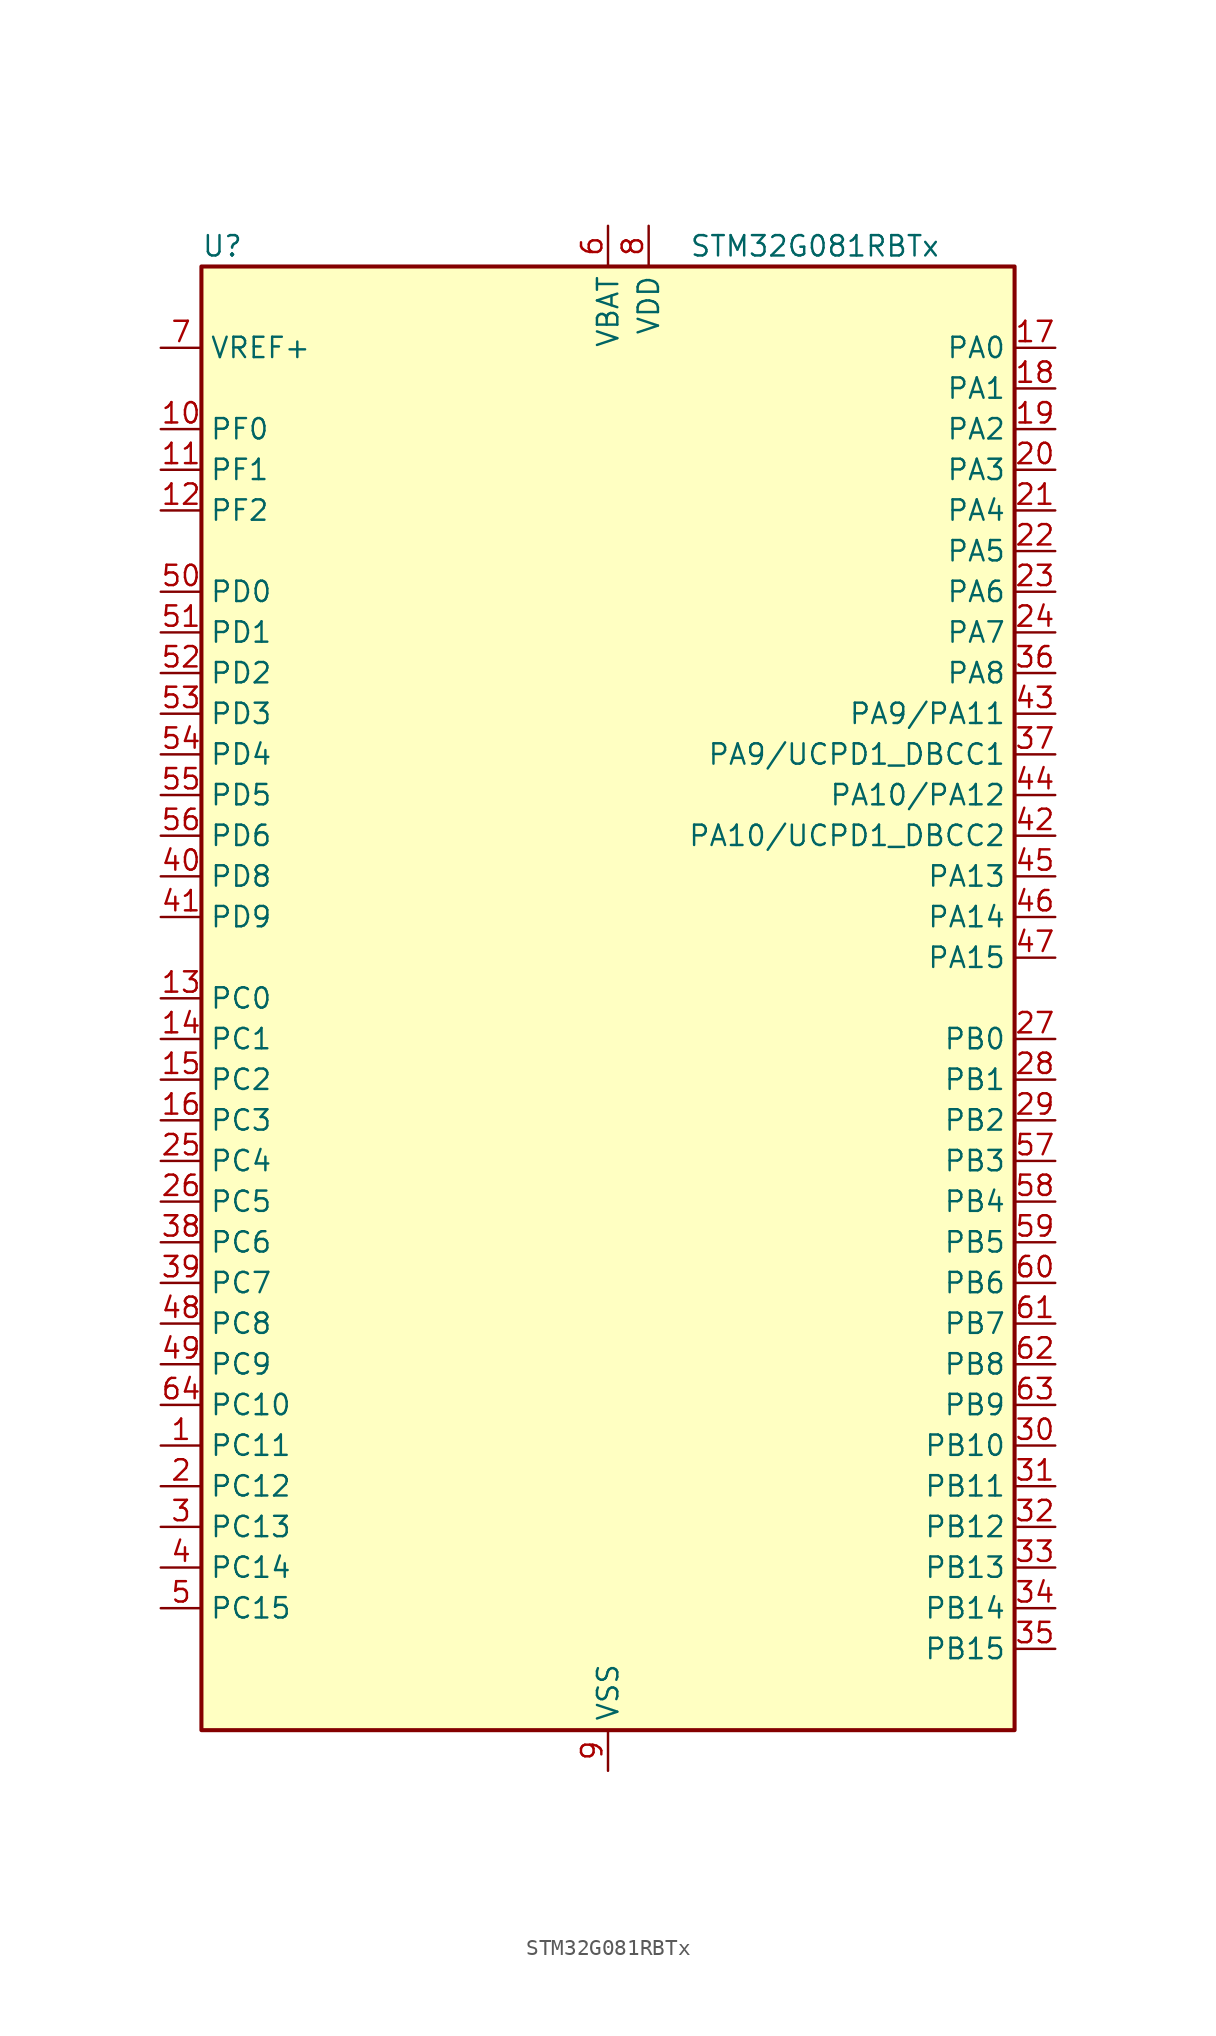
<source format=kicad_sym>
(kicad_symbol_lib
  (version 20231120)
  (generator "kicad-library-utils")
  (generator_version "8.0")
  (symbol "STM32G081RBTx"
    (property "Reference" "U"
      (at -25.4 46.99 0)
      (effects (font (size 1.27 1.27)) (justify left)))
    (property "Value" "STM32G081RBTx"
      (at 5.08 46.99 0)
      (effects (font (size 1.27 1.27)) (justify left)))
    (symbol "STM32G081RBTx_0_1"
      (rectangle (start -25.4 -45.72) (end 25.4 45.72) (stroke (width 0.254) (type default)) (fill (type background))))
    (symbol "STM32G081RBTx_1_1"
      (pin bidirectional line (at -27.94 -27.94 0) (length 2.54) (name "PC11" (effects (font (size 1.27 1.27)))) (number "1" (effects (font (size 1.27 1.27)))) (alternate "ADC1_EXTI11" bidirectional line) (alternate "TIM1_CH4" bidirectional line) (alternate "USART3_RX" bidirectional line) (alternate "USART4_RX" bidirectional line))
      (pin bidirectional line (at -27.94 35.56 0) (length 2.54) (name "PF0" (effects (font (size 1.27 1.27)))) (number "10" (effects (font (size 1.27 1.27)))) (alternate "RCC_OSC_IN" bidirectional line) (alternate "TIM14_CH1" bidirectional line))
      (pin bidirectional line (at -27.94 33.02 0) (length 2.54) (name "PF1" (effects (font (size 1.27 1.27)))) (number "11" (effects (font (size 1.27 1.27)))) (alternate "RCC_OSC_EN" bidirectional line) (alternate "RCC_OSC_OUT" bidirectional line) (alternate "TIM15_CH1N" bidirectional line))
      (pin bidirectional line (at -27.94 30.48 0) (length 2.54) (name "PF2" (effects (font (size 1.27 1.27)))) (number "12" (effects (font (size 1.27 1.27)))) (alternate "RCC_MCO" bidirectional line))
      (pin bidirectional line (at -27.94 0 0) (length 2.54) (name "PC0" (effects (font (size 1.27 1.27)))) (number "13" (effects (font (size 1.27 1.27)))) (alternate "LPTIM1_IN1" bidirectional line) (alternate "LPTIM2_IN1" bidirectional line) (alternate "LPUART1_RX" bidirectional line))
      (pin bidirectional line (at -27.94 -2.54 0) (length 2.54) (name "PC1" (effects (font (size 1.27 1.27)))) (number "14" (effects (font (size 1.27 1.27)))) (alternate "LPTIM1_OUT" bidirectional line) (alternate "LPUART1_TX" bidirectional line) (alternate "TIM15_CH1" bidirectional line))
      (pin bidirectional line (at -27.94 -5.08 0) (length 2.54) (name "PC2" (effects (font (size 1.27 1.27)))) (number "15" (effects (font (size 1.27 1.27)))) (alternate "LPTIM1_IN2" bidirectional line) (alternate "SPI2_MISO" bidirectional line) (alternate "TIM15_CH2" bidirectional line))
      (pin bidirectional line (at -27.94 -7.62 0) (length 2.54) (name "PC3" (effects (font (size 1.27 1.27)))) (number "16" (effects (font (size 1.27 1.27)))) (alternate "LPTIM1_ETR" bidirectional line) (alternate "LPTIM2_ETR" bidirectional line) (alternate "SPI2_MOSI" bidirectional line))
      (pin bidirectional line (at 27.94 40.64 180) (length 2.54) (name "PA0" (effects (font (size 1.27 1.27)))) (number "17" (effects (font (size 1.27 1.27)))) (alternate "ADC1_IN0" bidirectional line) (alternate "COMP1_INM" bidirectional line) (alternate "COMP1_OUT" bidirectional line) (alternate "LPTIM1_OUT" bidirectional line) (alternate "RTC_TAMP_IN2" bidirectional line) (alternate "SPI2_SCK" bidirectional line) (alternate "SYS_WKUP1" bidirectional line) (alternate "TIM2_CH1" bidirectional line) (alternate "TIM2_ETR" bidirectional line) (alternate "UCPD2_FRSTX1" bidirectional line) (alternate "UCPD2_FRSTX2" bidirectional line) (alternate "USART2_CTS" bidirectional line) (alternate "USART2_NSS" bidirectional line) (alternate "USART4_TX" bidirectional line))
      (pin bidirectional line (at 27.94 38.1 180) (length 2.54) (name "PA1" (effects (font (size 1.27 1.27)))) (number "18" (effects (font (size 1.27 1.27)))) (alternate "ADC1_IN1" bidirectional line) (alternate "COMP1_INP" bidirectional line) (alternate "I2C1_SMBA" bidirectional line) (alternate "I2S1_CK" bidirectional line) (alternate "SPI1_SCK" bidirectional line) (alternate "TIM15_CH1N" bidirectional line) (alternate "TIM2_CH2" bidirectional line) (alternate "USART2_CK" bidirectional line) (alternate "USART2_DE" bidirectional line) (alternate "USART2_RTS" bidirectional line) (alternate "USART4_RX" bidirectional line))
      (pin bidirectional line (at 27.94 35.56 180) (length 2.54) (name "PA2" (effects (font (size 1.27 1.27)))) (number "19" (effects (font (size 1.27 1.27)))) (alternate "ADC1_IN2" bidirectional line) (alternate "COMP2_INM" bidirectional line) (alternate "COMP2_OUT" bidirectional line) (alternate "I2S1_SD" bidirectional line) (alternate "LPUART1_TX" bidirectional line) (alternate "RCC_LSCO" bidirectional line) (alternate "SPI1_MOSI" bidirectional line) (alternate "SYS_WKUP4" bidirectional line) (alternate "TIM15_CH1" bidirectional line) (alternate "TIM2_CH3" bidirectional line) (alternate "UCPD1_FRSTX1" bidirectional line) (alternate "UCPD1_FRSTX2" bidirectional line) (alternate "USART2_TX" bidirectional line))
      (pin bidirectional line (at -27.94 -30.48 0) (length 2.54) (name "PC12" (effects (font (size 1.27 1.27)))) (number "2" (effects (font (size 1.27 1.27)))) (alternate "LPTIM1_IN1" bidirectional line) (alternate "TIM14_CH1" bidirectional line) (alternate "UCPD1_FRSTX1" bidirectional line) (alternate "UCPD1_FRSTX2" bidirectional line))
      (pin bidirectional line (at 27.94 33.02 180) (length 2.54) (name "PA3" (effects (font (size 1.27 1.27)))) (number "20" (effects (font (size 1.27 1.27)))) (alternate "ADC1_IN3" bidirectional line) (alternate "COMP2_INP" bidirectional line) (alternate "LPUART1_RX" bidirectional line) (alternate "SPI2_MISO" bidirectional line) (alternate "TIM15_CH2" bidirectional line) (alternate "TIM2_CH4" bidirectional line) (alternate "UCPD2_FRSTX1" bidirectional line) (alternate "UCPD2_FRSTX2" bidirectional line) (alternate "USART2_RX" bidirectional line))
      (pin bidirectional line (at 27.94 30.48 180) (length 2.54) (name "PA4" (effects (font (size 1.27 1.27)))) (number "21" (effects (font (size 1.27 1.27)))) (alternate "ADC1_IN4" bidirectional line) (alternate "DAC1_OUT1" bidirectional line) (alternate "I2S1_WS" bidirectional line) (alternate "LPTIM2_OUT" bidirectional line) (alternate "RTC_OUT_ALARM" bidirectional line) (alternate "RTC_OUT_CALIB" bidirectional line) (alternate "SPI1_NSS" bidirectional line) (alternate "SPI2_MOSI" bidirectional line) (alternate "TIM14_CH1" bidirectional line) (alternate "UCPD2_FRSTX1" bidirectional line) (alternate "UCPD2_FRSTX2" bidirectional line))
      (pin bidirectional line (at 27.94 27.94 180) (length 2.54) (name "PA5" (effects (font (size 1.27 1.27)))) (number "22" (effects (font (size 1.27 1.27)))) (alternate "ADC1_IN5" bidirectional line) (alternate "CEC" bidirectional line) (alternate "DAC1_OUT2" bidirectional line) (alternate "I2S1_CK" bidirectional line) (alternate "LPTIM2_ETR" bidirectional line) (alternate "SPI1_SCK" bidirectional line) (alternate "TIM2_CH1" bidirectional line) (alternate "TIM2_ETR" bidirectional line) (alternate "UCPD1_FRSTX1" bidirectional line) (alternate "UCPD1_FRSTX2" bidirectional line) (alternate "USART3_TX" bidirectional line))
      (pin bidirectional line (at 27.94 25.4 180) (length 2.54) (name "PA6" (effects (font (size 1.27 1.27)))) (number "23" (effects (font (size 1.27 1.27)))) (alternate "ADC1_IN6" bidirectional line) (alternate "COMP1_OUT" bidirectional line) (alternate "I2S1_MCK" bidirectional line) (alternate "LPUART1_CTS" bidirectional line) (alternate "SPI1_MISO" bidirectional line) (alternate "TIM16_CH1" bidirectional line) (alternate "TIM1_BK" bidirectional line) (alternate "TIM3_CH1" bidirectional line) (alternate "USART3_CTS" bidirectional line) (alternate "USART3_NSS" bidirectional line))
      (pin bidirectional line (at 27.94 22.86 180) (length 2.54) (name "PA7" (effects (font (size 1.27 1.27)))) (number "24" (effects (font (size 1.27 1.27)))) (alternate "ADC1_IN7" bidirectional line) (alternate "COMP2_OUT" bidirectional line) (alternate "I2S1_SD" bidirectional line) (alternate "SPI1_MOSI" bidirectional line) (alternate "TIM14_CH1" bidirectional line) (alternate "TIM17_CH1" bidirectional line) (alternate "TIM1_CH1N" bidirectional line) (alternate "TIM3_CH2" bidirectional line) (alternate "UCPD1_FRSTX1" bidirectional line) (alternate "UCPD1_FRSTX2" bidirectional line))
      (pin bidirectional line (at -27.94 -10.16 0) (length 2.54) (name "PC4" (effects (font (size 1.27 1.27)))) (number "25" (effects (font (size 1.27 1.27)))) (alternate "ADC1_IN17" bidirectional line) (alternate "COMP1_INM" bidirectional line) (alternate "TIM2_CH1" bidirectional line) (alternate "TIM2_ETR" bidirectional line) (alternate "USART1_TX" bidirectional line) (alternate "USART3_TX" bidirectional line))
      (pin bidirectional line (at -27.94 -12.7 0) (length 2.54) (name "PC5" (effects (font (size 1.27 1.27)))) (number "26" (effects (font (size 1.27 1.27)))) (alternate "ADC1_IN18" bidirectional line) (alternate "COMP1_INP" bidirectional line) (alternate "SYS_WKUP5" bidirectional line) (alternate "TIM2_CH2" bidirectional line) (alternate "USART1_RX" bidirectional line) (alternate "USART3_RX" bidirectional line))
      (pin bidirectional line (at 27.94 -2.54 180) (length 2.54) (name "PB0" (effects (font (size 1.27 1.27)))) (number "27" (effects (font (size 1.27 1.27)))) (alternate "ADC1_IN8" bidirectional line) (alternate "COMP1_OUT" bidirectional line) (alternate "I2S1_WS" bidirectional line) (alternate "LPTIM1_OUT" bidirectional line) (alternate "SPI1_NSS" bidirectional line) (alternate "TIM1_CH2N" bidirectional line) (alternate "TIM3_CH3" bidirectional line) (alternate "UCPD1_FRSTX1" bidirectional line) (alternate "UCPD1_FRSTX2" bidirectional line) (alternate "USART3_RX" bidirectional line))
      (pin bidirectional line (at 27.94 -5.08 180) (length 2.54) (name "PB1" (effects (font (size 1.27 1.27)))) (number "28" (effects (font (size 1.27 1.27)))) (alternate "ADC1_IN9" bidirectional line) (alternate "COMP1_INM" bidirectional line) (alternate "LPTIM2_IN1" bidirectional line) (alternate "LPUART1_DE" bidirectional line) (alternate "LPUART1_RTS" bidirectional line) (alternate "TIM14_CH1" bidirectional line) (alternate "TIM1_CH3N" bidirectional line) (alternate "TIM3_CH4" bidirectional line) (alternate "USART3_CK" bidirectional line) (alternate "USART3_DE" bidirectional line) (alternate "USART3_RTS" bidirectional line))
      (pin bidirectional line (at 27.94 -7.62 180) (length 2.54) (name "PB2" (effects (font (size 1.27 1.27)))) (number "29" (effects (font (size 1.27 1.27)))) (alternate "ADC1_IN10" bidirectional line) (alternate "COMP1_INP" bidirectional line) (alternate "LPTIM1_OUT" bidirectional line) (alternate "SPI2_MISO" bidirectional line) (alternate "USART3_TX" bidirectional line))
      (pin bidirectional line (at -27.94 -33.02 0) (length 2.54) (name "PC13" (effects (font (size 1.27 1.27)))) (number "3" (effects (font (size 1.27 1.27)))) (alternate "RTC_OUT_ALARM" bidirectional line) (alternate "RTC_OUT_CALIB" bidirectional line) (alternate "RTC_TAMP_IN1" bidirectional line) (alternate "RTC_TS" bidirectional line) (alternate "SYS_WKUP2" bidirectional line) (alternate "TIM1_BK" bidirectional line))
      (pin bidirectional line (at 27.94 -27.94 180) (length 2.54) (name "PB10" (effects (font (size 1.27 1.27)))) (number "30" (effects (font (size 1.27 1.27)))) (alternate "ADC1_IN11" bidirectional line) (alternate "CEC" bidirectional line) (alternate "COMP1_OUT" bidirectional line) (alternate "I2C2_SCL" bidirectional line) (alternate "LPUART1_RX" bidirectional line) (alternate "SPI2_SCK" bidirectional line) (alternate "TIM2_CH3" bidirectional line) (alternate "USART3_TX" bidirectional line))
      (pin bidirectional line (at 27.94 -30.48 180) (length 2.54) (name "PB11" (effects (font (size 1.27 1.27)))) (number "31" (effects (font (size 1.27 1.27)))) (alternate "ADC1_EXTI11" bidirectional line) (alternate "ADC1_IN15" bidirectional line) (alternate "COMP2_OUT" bidirectional line) (alternate "I2C2_SDA" bidirectional line) (alternate "LPUART1_TX" bidirectional line) (alternate "SPI2_MOSI" bidirectional line) (alternate "TIM2_CH4" bidirectional line) (alternate "USART3_RX" bidirectional line))
      (pin bidirectional line (at 27.94 -33.02 180) (length 2.54) (name "PB12" (effects (font (size 1.27 1.27)))) (number "32" (effects (font (size 1.27 1.27)))) (alternate "ADC1_IN16" bidirectional line) (alternate "LPUART1_DE" bidirectional line) (alternate "LPUART1_RTS" bidirectional line) (alternate "SPI2_NSS" bidirectional line) (alternate "TIM15_BK" bidirectional line) (alternate "TIM1_BK" bidirectional line) (alternate "UCPD2_FRSTX1" bidirectional line) (alternate "UCPD2_FRSTX2" bidirectional line))
      (pin bidirectional line (at 27.94 -35.56 180) (length 2.54) (name "PB13" (effects (font (size 1.27 1.27)))) (number "33" (effects (font (size 1.27 1.27)))) (alternate "I2C2_SCL" bidirectional line) (alternate "LPUART1_CTS" bidirectional line) (alternate "SPI2_SCK" bidirectional line) (alternate "TIM15_CH1N" bidirectional line) (alternate "TIM1_CH1N" bidirectional line) (alternate "USART3_CTS" bidirectional line) (alternate "USART3_NSS" bidirectional line))
      (pin bidirectional line (at 27.94 -38.1 180) (length 2.54) (name "PB14" (effects (font (size 1.27 1.27)))) (number "34" (effects (font (size 1.27 1.27)))) (alternate "I2C2_SDA" bidirectional line) (alternate "SPI2_MISO" bidirectional line) (alternate "TIM15_CH1" bidirectional line) (alternate "TIM1_CH2N" bidirectional line) (alternate "UCPD1_FRSTX1" bidirectional line) (alternate "UCPD1_FRSTX2" bidirectional line) (alternate "USART3_CK" bidirectional line) (alternate "USART3_DE" bidirectional line) (alternate "USART3_RTS" bidirectional line))
      (pin bidirectional line (at 27.94 -40.64 180) (length 2.54) (name "PB15" (effects (font (size 1.27 1.27)))) (number "35" (effects (font (size 1.27 1.27)))) (alternate "RTC_REFIN" bidirectional line) (alternate "SPI2_MOSI" bidirectional line) (alternate "TIM15_CH1N" bidirectional line) (alternate "TIM15_CH2" bidirectional line) (alternate "TIM1_CH3N" bidirectional line) (alternate "UCPD1_CC2" bidirectional line))
      (pin bidirectional line (at 27.94 20.32 180) (length 2.54) (name "PA8" (effects (font (size 1.27 1.27)))) (number "36" (effects (font (size 1.27 1.27)))) (alternate "LPTIM2_OUT" bidirectional line) (alternate "RCC_MCO" bidirectional line) (alternate "SPI2_NSS" bidirectional line) (alternate "TIM1_CH1" bidirectional line) (alternate "UCPD1_CC1" bidirectional line))
      (pin bidirectional line (at 27.94 15.24 180) (length 2.54) (name "PA9/UCPD1_DBCC1" (effects (font (size 1.27 1.27)))) (number "37" (effects (font (size 1.27 1.27)))) (alternate "PA9" bidirectional line) (alternate "DAC1_EXTI9 (PA9)" bidirectional line) (alternate "I2C1_SCL (PA9)" bidirectional line) (alternate "RCC_MCO (PA9)" bidirectional line) (alternate "SPI2_MISO (PA9)" bidirectional line) (alternate "TIM15_BK (PA9)" bidirectional line) (alternate "TIM1_CH2 (PA9)" bidirectional line) (alternate "UCPD1_DBCC1 (PA9)" bidirectional line) (alternate "USART1_TX (PA9)" bidirectional line) (alternate "UCPD1_DBCC1" bidirectional line) (alternate "UCPD1_DBCC1 (UCPD1_DBCC1)" bidirectional line))
      (pin bidirectional line (at -27.94 -15.24 0) (length 2.54) (name "PC6" (effects (font (size 1.27 1.27)))) (number "38" (effects (font (size 1.27 1.27)))) (alternate "TIM2_CH3" bidirectional line) (alternate "TIM3_CH1" bidirectional line) (alternate "UCPD1_FRSTX1" bidirectional line) (alternate "UCPD1_FRSTX2" bidirectional line))
      (pin bidirectional line (at -27.94 -17.78 0) (length 2.54) (name "PC7" (effects (font (size 1.27 1.27)))) (number "39" (effects (font (size 1.27 1.27)))) (alternate "TIM2_CH4" bidirectional line) (alternate "TIM3_CH2" bidirectional line) (alternate "UCPD2_FRSTX1" bidirectional line) (alternate "UCPD2_FRSTX2" bidirectional line))
      (pin bidirectional line (at -27.94 -35.56 0) (length 2.54) (name "PC14" (effects (font (size 1.27 1.27)))) (number "4" (effects (font (size 1.27 1.27)))) (alternate "RCC_OSC32_IN" bidirectional line) (alternate "TIM1_BK2" bidirectional line))
      (pin bidirectional line (at -27.94 7.62 0) (length 2.54) (name "PD8" (effects (font (size 1.27 1.27)))) (number "40" (effects (font (size 1.27 1.27)))) (alternate "I2S1_CK" bidirectional line) (alternate "LPTIM1_OUT" bidirectional line) (alternate "SPI1_SCK" bidirectional line) (alternate "USART3_TX" bidirectional line))
      (pin bidirectional line (at -27.94 5.08 0) (length 2.54) (name "PD9" (effects (font (size 1.27 1.27)))) (number "41" (effects (font (size 1.27 1.27)))) (alternate "DAC1_EXTI9" bidirectional line) (alternate "I2S1_WS" bidirectional line) (alternate "SPI1_NSS" bidirectional line) (alternate "TIM1_BK2" bidirectional line) (alternate "USART3_RX" bidirectional line))
      (pin bidirectional line (at 27.94 10.16 180) (length 2.54) (name "PA10/UCPD1_DBCC2" (effects (font (size 1.27 1.27)))) (number "42" (effects (font (size 1.27 1.27)))) (alternate "PA10" bidirectional line) (alternate "I2C1_SDA (PA10)" bidirectional line) (alternate "SPI2_MOSI (PA10)" bidirectional line) (alternate "TIM17_BK (PA10)" bidirectional line) (alternate "TIM1_CH3 (PA10)" bidirectional line) (alternate "UCPD1_DBCC2 (PA10)" bidirectional line) (alternate "USART1_RX (PA10)" bidirectional line) (alternate "UCPD1_DBCC2" bidirectional line) (alternate "UCPD1_DBCC2 (UCPD1_DBCC2)" bidirectional line))
      (pin bidirectional line (at 27.94 17.78 180) (length 2.54) (name "PA9/PA11" (effects (font (size 1.27 1.27)))) (number "43" (effects (font (size 1.27 1.27)))) (alternate "PA9" bidirectional line) (alternate "DAC1_EXTI9 (PA9)" bidirectional line) (alternate "I2C1_SCL (PA9)" bidirectional line) (alternate "RCC_MCO (PA9)" bidirectional line) (alternate "SPI2_MISO (PA9)" bidirectional line) (alternate "TIM15_BK (PA9)" bidirectional line) (alternate "TIM1_CH2 (PA9)" bidirectional line) (alternate "USART1_TX (PA9)" bidirectional line) (alternate "PA11" bidirectional line) (alternate "ADC1_EXTI11 (PA11)" bidirectional line) (alternate "COMP1_OUT (PA11)" bidirectional line) (alternate "I2C2_SCL (PA11)" bidirectional line) (alternate "I2S1_MCK (PA11)" bidirectional line) (alternate "SPI1_MISO (PA11)" bidirectional line) (alternate "TIM1_BK2 (PA11)" bidirectional line) (alternate "TIM1_CH4 (PA11)" bidirectional line) (alternate "USART1_CTS (PA11)" bidirectional line) (alternate "USART1_NSS (PA11)" bidirectional line))
      (pin bidirectional line (at 27.94 12.7 180) (length 2.54) (name "PA10/PA12" (effects (font (size 1.27 1.27)))) (number "44" (effects (font (size 1.27 1.27)))) (alternate "PA10" bidirectional line) (alternate "I2C1_SDA (PA10)" bidirectional line) (alternate "SPI2_MOSI (PA10)" bidirectional line) (alternate "TIM17_BK (PA10)" bidirectional line) (alternate "TIM1_CH3 (PA10)" bidirectional line) (alternate "USART1_RX (PA10)" bidirectional line) (alternate "PA12" bidirectional line) (alternate "COMP2_OUT (PA12)" bidirectional line) (alternate "I2C2_SDA (PA12)" bidirectional line) (alternate "I2S1_SD (PA12)" bidirectional line) (alternate "I2S_CKIN (PA12)" bidirectional line) (alternate "SPI1_MOSI (PA12)" bidirectional line) (alternate "TIM1_ETR (PA12)" bidirectional line) (alternate "USART1_CK (PA12)" bidirectional line) (alternate "USART1_DE (PA12)" bidirectional line) (alternate "USART1_RTS (PA12)" bidirectional line))
      (pin bidirectional line (at 27.94 7.62 180) (length 2.54) (name "PA13" (effects (font (size 1.27 1.27)))) (number "45" (effects (font (size 1.27 1.27)))) (alternate "IR_OUT" bidirectional line) (alternate "SYS_SWDIO" bidirectional line))
      (pin bidirectional line (at 27.94 5.08 180) (length 2.54) (name "PA14" (effects (font (size 1.27 1.27)))) (number "46" (effects (font (size 1.27 1.27)))) (alternate "SYS_SWCLK" bidirectional line) (alternate "USART2_TX" bidirectional line))
      (pin bidirectional line (at 27.94 2.54 180) (length 2.54) (name "PA15" (effects (font (size 1.27 1.27)))) (number "47" (effects (font (size 1.27 1.27)))) (alternate "I2S1_WS" bidirectional line) (alternate "SPI1_NSS" bidirectional line) (alternate "TIM2_CH1" bidirectional line) (alternate "TIM2_ETR" bidirectional line) (alternate "USART2_RX" bidirectional line) (alternate "USART3_CK" bidirectional line) (alternate "USART3_DE" bidirectional line) (alternate "USART3_RTS" bidirectional line) (alternate "USART4_CK" bidirectional line) (alternate "USART4_DE" bidirectional line) (alternate "USART4_RTS" bidirectional line))
      (pin bidirectional line (at -27.94 -20.32 0) (length 2.54) (name "PC8" (effects (font (size 1.27 1.27)))) (number "48" (effects (font (size 1.27 1.27)))) (alternate "TIM1_CH1" bidirectional line) (alternate "TIM3_CH3" bidirectional line) (alternate "UCPD2_FRSTX1" bidirectional line) (alternate "UCPD2_FRSTX2" bidirectional line))
      (pin bidirectional line (at -27.94 -22.86 0) (length 2.54) (name "PC9" (effects (font (size 1.27 1.27)))) (number "49" (effects (font (size 1.27 1.27)))) (alternate "DAC1_EXTI9" bidirectional line) (alternate "I2S_CKIN" bidirectional line) (alternate "TIM1_CH2" bidirectional line) (alternate "TIM3_CH4" bidirectional line))
      (pin bidirectional line (at -27.94 -38.1 0) (length 2.54) (name "PC15" (effects (font (size 1.27 1.27)))) (number "5" (effects (font (size 1.27 1.27)))) (alternate "RCC_OSC32_EN" bidirectional line) (alternate "RCC_OSC32_OUT" bidirectional line) (alternate "RCC_OSC_EN" bidirectional line) (alternate "TIM15_BK" bidirectional line))
      (pin bidirectional line (at -27.94 25.4 0) (length 2.54) (name "PD0" (effects (font (size 1.27 1.27)))) (number "50" (effects (font (size 1.27 1.27)))) (alternate "SPI2_NSS" bidirectional line) (alternate "TIM16_CH1" bidirectional line) (alternate "UCPD2_CC1" bidirectional line))
      (pin bidirectional line (at -27.94 22.86 0) (length 2.54) (name "PD1" (effects (font (size 1.27 1.27)))) (number "51" (effects (font (size 1.27 1.27)))) (alternate "SPI2_SCK" bidirectional line) (alternate "TIM17_CH1" bidirectional line) (alternate "UCPD2_DBCC1" bidirectional line))
      (pin bidirectional line (at -27.94 20.32 0) (length 2.54) (name "PD2" (effects (font (size 1.27 1.27)))) (number "52" (effects (font (size 1.27 1.27)))) (alternate "TIM1_CH1N" bidirectional line) (alternate "TIM3_ETR" bidirectional line) (alternate "UCPD2_CC2" bidirectional line) (alternate "USART3_CK" bidirectional line) (alternate "USART3_DE" bidirectional line) (alternate "USART3_RTS" bidirectional line))
      (pin bidirectional line (at -27.94 17.78 0) (length 2.54) (name "PD3" (effects (font (size 1.27 1.27)))) (number "53" (effects (font (size 1.27 1.27)))) (alternate "SPI2_MISO" bidirectional line) (alternate "TIM1_CH2N" bidirectional line) (alternate "UCPD2_DBCC2" bidirectional line) (alternate "USART2_CTS" bidirectional line) (alternate "USART2_NSS" bidirectional line))
      (pin bidirectional line (at -27.94 15.24 0) (length 2.54) (name "PD4" (effects (font (size 1.27 1.27)))) (number "54" (effects (font (size 1.27 1.27)))) (alternate "SPI2_MOSI" bidirectional line) (alternate "TIM1_CH3N" bidirectional line) (alternate "USART2_CK" bidirectional line) (alternate "USART2_DE" bidirectional line) (alternate "USART2_RTS" bidirectional line))
      (pin bidirectional line (at -27.94 12.7 0) (length 2.54) (name "PD5" (effects (font (size 1.27 1.27)))) (number "55" (effects (font (size 1.27 1.27)))) (alternate "I2S1_MCK" bidirectional line) (alternate "SPI1_MISO" bidirectional line) (alternate "TIM1_BK" bidirectional line) (alternate "USART2_TX" bidirectional line))
      (pin bidirectional line (at -27.94 10.16 0) (length 2.54) (name "PD6" (effects (font (size 1.27 1.27)))) (number "56" (effects (font (size 1.27 1.27)))) (alternate "I2S1_SD" bidirectional line) (alternate "LPTIM2_OUT" bidirectional line) (alternate "SPI1_MOSI" bidirectional line) (alternate "USART2_RX" bidirectional line))
      (pin bidirectional line (at 27.94 -10.16 180) (length 2.54) (name "PB3" (effects (font (size 1.27 1.27)))) (number "57" (effects (font (size 1.27 1.27)))) (alternate "COMP2_INM" bidirectional line) (alternate "I2S1_CK" bidirectional line) (alternate "SPI1_SCK" bidirectional line) (alternate "TIM1_CH2" bidirectional line) (alternate "TIM2_CH2" bidirectional line) (alternate "USART1_CK" bidirectional line) (alternate "USART1_DE" bidirectional line) (alternate "USART1_RTS" bidirectional line))
      (pin bidirectional line (at 27.94 -12.7 180) (length 2.54) (name "PB4" (effects (font (size 1.27 1.27)))) (number "58" (effects (font (size 1.27 1.27)))) (alternate "COMP2_INP" bidirectional line) (alternate "I2S1_MCK" bidirectional line) (alternate "SPI1_MISO" bidirectional line) (alternate "TIM17_BK" bidirectional line) (alternate "TIM3_CH1" bidirectional line) (alternate "USART1_CTS" bidirectional line) (alternate "USART1_NSS" bidirectional line))
      (pin bidirectional line (at 27.94 -15.24 180) (length 2.54) (name "PB5" (effects (font (size 1.27 1.27)))) (number "59" (effects (font (size 1.27 1.27)))) (alternate "COMP2_OUT" bidirectional line) (alternate "I2C1_SMBA" bidirectional line) (alternate "I2S1_SD" bidirectional line) (alternate "LPTIM1_IN1" bidirectional line) (alternate "SPI1_MOSI" bidirectional line) (alternate "SYS_WKUP6" bidirectional line) (alternate "TIM16_BK" bidirectional line) (alternate "TIM3_CH2" bidirectional line))
      (pin power_in line (at 0 48.26 270) (length 2.54) (name "VBAT" (effects (font (size 1.27 1.27)))) (number "6" (effects (font (size 1.27 1.27)))))
      (pin bidirectional line (at 27.94 -17.78 180) (length 2.54) (name "PB6" (effects (font (size 1.27 1.27)))) (number "60" (effects (font (size 1.27 1.27)))) (alternate "COMP2_INP" bidirectional line) (alternate "I2C1_SCL" bidirectional line) (alternate "LPTIM1_ETR" bidirectional line) (alternate "SPI2_MISO" bidirectional line) (alternate "TIM16_CH1N" bidirectional line) (alternate "TIM1_CH3" bidirectional line) (alternate "USART1_TX" bidirectional line))
      (pin bidirectional line (at 27.94 -20.32 180) (length 2.54) (name "PB7" (effects (font (size 1.27 1.27)))) (number "61" (effects (font (size 1.27 1.27)))) (alternate "COMP2_INM" bidirectional line) (alternate "I2C1_SDA" bidirectional line) (alternate "LPTIM1_IN2" bidirectional line) (alternate "SPI2_MOSI" bidirectional line) (alternate "SYS_PVD_IN" bidirectional line) (alternate "TIM17_CH1N" bidirectional line) (alternate "USART1_RX" bidirectional line) (alternate "USART4_CTS" bidirectional line) (alternate "USART4_NSS" bidirectional line))
      (pin bidirectional line (at 27.94 -22.86 180) (length 2.54) (name "PB8" (effects (font (size 1.27 1.27)))) (number "62" (effects (font (size 1.27 1.27)))) (alternate "CEC" bidirectional line) (alternate "I2C1_SCL" bidirectional line) (alternate "SPI2_SCK" bidirectional line) (alternate "TIM15_BK" bidirectional line) (alternate "TIM16_CH1" bidirectional line) (alternate "USART3_TX" bidirectional line))
      (pin bidirectional line (at 27.94 -25.4 180) (length 2.54) (name "PB9" (effects (font (size 1.27 1.27)))) (number "63" (effects (font (size 1.27 1.27)))) (alternate "DAC1_EXTI9" bidirectional line) (alternate "I2C1_SDA" bidirectional line) (alternate "IR_OUT" bidirectional line) (alternate "SPI2_NSS" bidirectional line) (alternate "TIM17_CH1" bidirectional line) (alternate "UCPD2_FRSTX1" bidirectional line) (alternate "UCPD2_FRSTX2" bidirectional line) (alternate "USART3_RX" bidirectional line))
      (pin bidirectional line (at -27.94 -25.4 0) (length 2.54) (name "PC10" (effects (font (size 1.27 1.27)))) (number "64" (effects (font (size 1.27 1.27)))) (alternate "TIM1_CH3" bidirectional line) (alternate "USART3_TX" bidirectional line) (alternate "USART4_TX" bidirectional line))
      (pin input line (at -27.94 40.64 0) (length 2.54) (name "VREF+" (effects (font (size 1.27 1.27)))) (number "7" (effects (font (size 1.27 1.27)))) (alternate "VREFBUF_OUT" bidirectional line))
      (pin power_in line (at 2.54 48.26 270) (length 2.54) (name "VDD" (effects (font (size 1.27 1.27)))) (number "8" (effects (font (size 1.27 1.27)))))
      (pin power_in line (at 0 -48.26 90) (length 2.54) (name "VSS" (effects (font (size 1.27 1.27)))) (number "9" (effects (font (size 1.27 1.27))))))))
</source>
